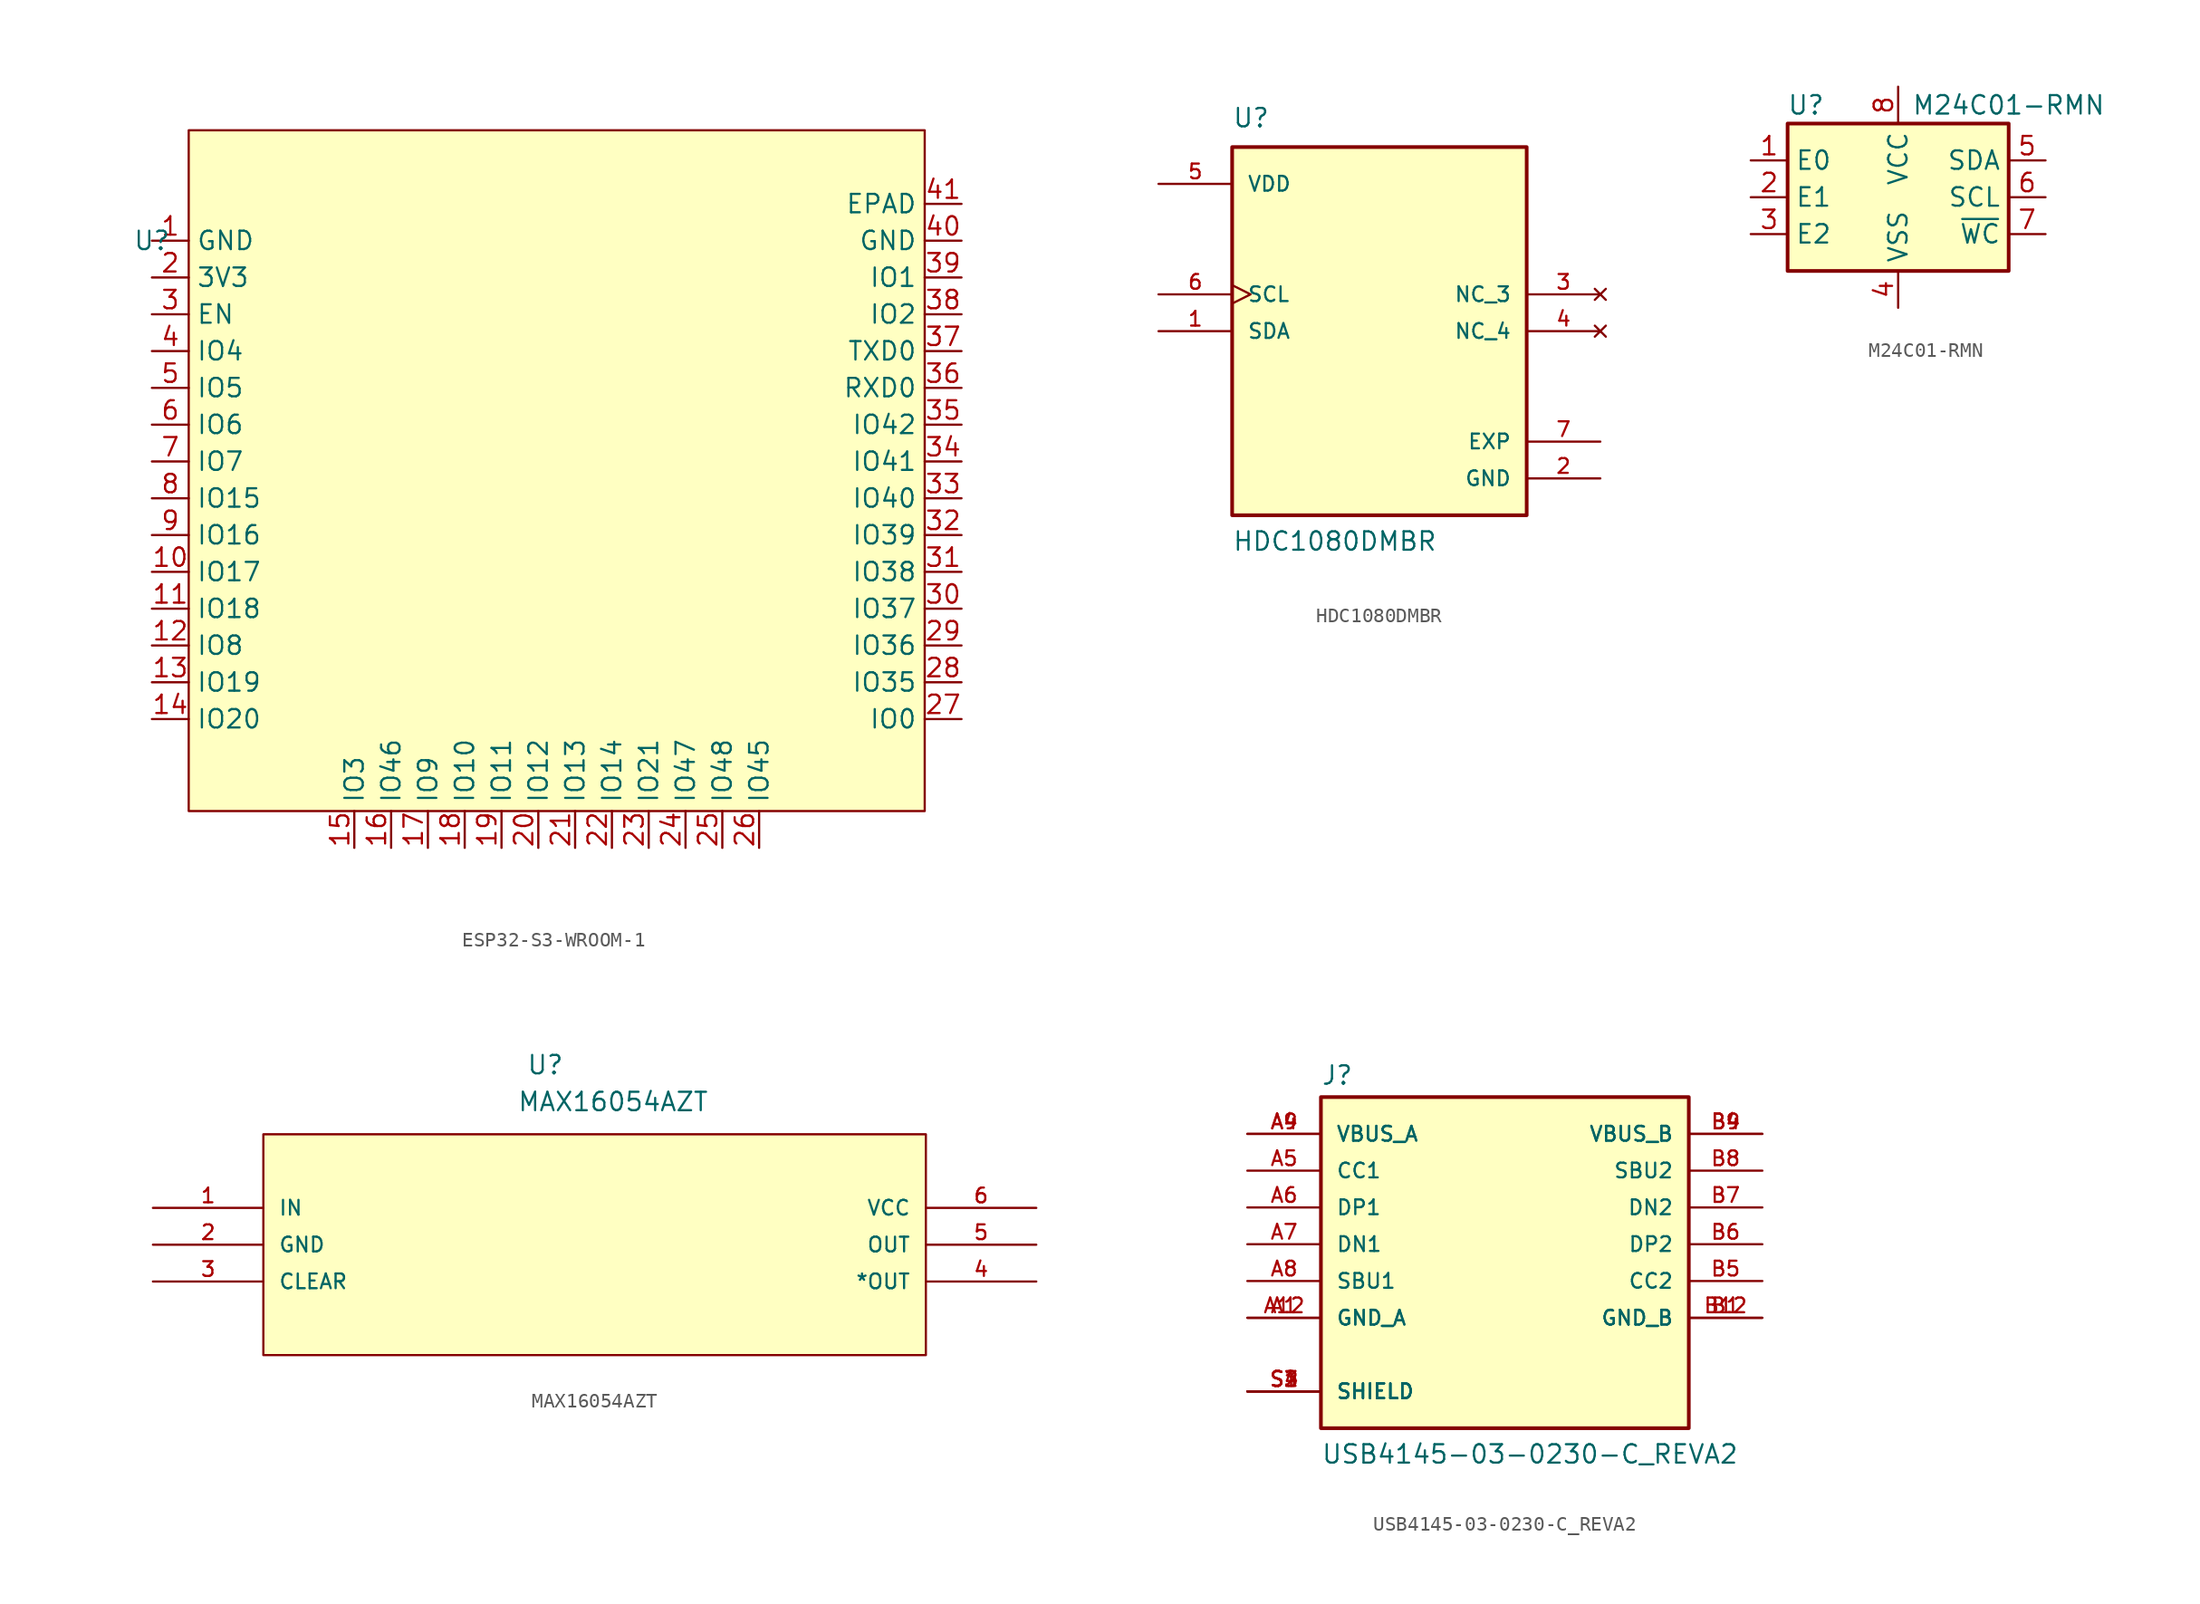
<source format=kicad_sym>
(kicad_symbol_lib
  (version 20220914)
  (generator kicad_symbol_editor)
  (symbol "ESP32-S3-WROOM-1"
    (property "Reference" "U"
      (at -2.54 -7.62 0)
      (effects (font (size 1.27 1.27))))
    (property "Value" ""
      (at -2.54 -7.62 0)
      (effects (font (size 1.27 1.27))))
    (symbol "ESP32-S3-WROOM-1_0_0"
      (pin power_out line (at -2.54 -7.62 0) (length 2.54) (name "GND" (effects (font (size 1.27 1.27)))) (number "1" (effects (font (size 1.27 1.27)))))
      (pin bidirectional line (at -2.54 -30.48 0) (length 2.54) (name "IO17" (effects (font (size 1.27 1.27)))) (number "10" (effects (font (size 1.27 1.27)))))
      (pin bidirectional line (at -2.54 -33.02 0) (length 2.54) (name "IO18" (effects (font (size 1.27 1.27)))) (number "11" (effects (font (size 1.27 1.27)))))
      (pin bidirectional line (at -2.54 -35.56 0) (length 2.54) (name "IO8" (effects (font (size 1.27 1.27)))) (number "12" (effects (font (size 1.27 1.27)))))
      (pin bidirectional line (at -2.54 -38.1 0) (length 2.54) (name "IO19" (effects (font (size 1.27 1.27)))) (number "13" (effects (font (size 1.27 1.27)))))
      (pin bidirectional line (at -2.54 -40.64 0) (length 2.54) (name "IO20" (effects (font (size 1.27 1.27)))) (number "14" (effects (font (size 1.27 1.27)))))
      (pin bidirectional line (at 11.43 -49.53 90) (length 2.54) (name "IO3" (effects (font (size 1.27 1.27)))) (number "15" (effects (font (size 1.27 1.27)))))
      (pin bidirectional line (at 13.97 -49.53 90) (length 2.54) (name "IO46" (effects (font (size 1.27 1.27)))) (number "16" (effects (font (size 1.27 1.27)))))
      (pin bidirectional line (at 16.51 -49.53 90) (length 2.54) (name "IO9" (effects (font (size 1.27 1.27)))) (number "17" (effects (font (size 1.27 1.27)))))
      (pin bidirectional line (at 19.05 -49.53 90) (length 2.54) (name "IO10" (effects (font (size 1.27 1.27)))) (number "18" (effects (font (size 1.27 1.27)))))
      (pin bidirectional line (at 21.59 -49.53 90) (length 2.54) (name "IO11" (effects (font (size 1.27 1.27)))) (number "19" (effects (font (size 1.27 1.27)))))
      (pin power_in line (at -2.54 -10.16 0) (length 2.54) (name "3V3" (effects (font (size 1.27 1.27)))) (number "2" (effects (font (size 1.27 1.27)))))
      (pin bidirectional line (at 24.13 -49.53 90) (length 2.54) (name "IO12" (effects (font (size 1.27 1.27)))) (number "20" (effects (font (size 1.27 1.27)))))
      (pin bidirectional line (at 26.67 -49.53 90) (length 2.54) (name "IO13" (effects (font (size 1.27 1.27)))) (number "21" (effects (font (size 1.27 1.27)))))
      (pin bidirectional line (at 29.21 -49.53 90) (length 2.54) (name "IO14" (effects (font (size 1.27 1.27)))) (number "22" (effects (font (size 1.27 1.27)))))
      (pin bidirectional line (at 31.75 -49.53 90) (length 2.54) (name "IO21" (effects (font (size 1.27 1.27)))) (number "23" (effects (font (size 1.27 1.27)))))
      (pin bidirectional line (at 34.29 -49.53 90) (length 2.54) (name "IO47" (effects (font (size 1.27 1.27)))) (number "24" (effects (font (size 1.27 1.27)))))
      (pin bidirectional line (at 36.83 -49.53 90) (length 2.54) (name "IO48" (effects (font (size 1.27 1.27)))) (number "25" (effects (font (size 1.27 1.27)))))
      (pin bidirectional line (at 39.37 -49.53 90) (length 2.54) (name "IO45" (effects (font (size 1.27 1.27)))) (number "26" (effects (font (size 1.27 1.27)))))
      (pin bidirectional line (at 53.34 -40.64 180) (length 2.54) (name "IO0" (effects (font (size 1.27 1.27)))) (number "27" (effects (font (size 1.27 1.27)))))
      (pin bidirectional line (at 53.34 -38.1 180) (length 2.54) (name "IO35" (effects (font (size 1.27 1.27)))) (number "28" (effects (font (size 1.27 1.27)))))
      (pin bidirectional line (at 53.34 -35.56 180) (length 2.54) (name "IO36" (effects (font (size 1.27 1.27)))) (number "29" (effects (font (size 1.27 1.27)))))
      (pin bidirectional line (at -2.54 -12.7 0) (length 2.54) (name "EN" (effects (font (size 1.27 1.27)))) (number "3" (effects (font (size 1.27 1.27)))))
      (pin bidirectional line (at 53.34 -33.02 180) (length 2.54) (name "IO37" (effects (font (size 1.27 1.27)))) (number "30" (effects (font (size 1.27 1.27)))))
      (pin bidirectional line (at 53.34 -30.48 180) (length 2.54) (name "IO38" (effects (font (size 1.27 1.27)))) (number "31" (effects (font (size 1.27 1.27)))))
      (pin bidirectional line (at 53.34 -27.94 180) (length 2.54) (name "IO39" (effects (font (size 1.27 1.27)))) (number "32" (effects (font (size 1.27 1.27)))))
      (pin bidirectional line (at 53.34 -25.4 180) (length 2.54) (name "IO40" (effects (font (size 1.27 1.27)))) (number "33" (effects (font (size 1.27 1.27)))))
      (pin bidirectional line (at 53.34 -22.86 180) (length 2.54) (name "IO41" (effects (font (size 1.27 1.27)))) (number "34" (effects (font (size 1.27 1.27)))))
      (pin bidirectional line (at 53.34 -20.32 180) (length 2.54) (name "IO42" (effects (font (size 1.27 1.27)))) (number "35" (effects (font (size 1.27 1.27)))))
      (pin bidirectional line (at 53.34 -17.78 180) (length 2.54) (name "RXD0" (effects (font (size 1.27 1.27)))) (number "36" (effects (font (size 1.27 1.27)))))
      (pin bidirectional line (at 53.34 -15.24 180) (length 2.54) (name "TXD0" (effects (font (size 1.27 1.27)))) (number "37" (effects (font (size 1.27 1.27)))))
      (pin bidirectional line (at 53.34 -12.7 180) (length 2.54) (name "IO2" (effects (font (size 1.27 1.27)))) (number "38" (effects (font (size 1.27 1.27)))))
      (pin bidirectional line (at 53.34 -10.16 180) (length 2.54) (name "IO1" (effects (font (size 1.27 1.27)))) (number "39" (effects (font (size 1.27 1.27)))))
      (pin bidirectional line (at -2.54 -15.24 0) (length 2.54) (name "IO4" (effects (font (size 1.27 1.27)))) (number "4" (effects (font (size 1.27 1.27)))))
      (pin power_out line (at 53.34 -7.62 180) (length 2.54) (name "GND" (effects (font (size 1.27 1.27)))) (number "40" (effects (font (size 1.27 1.27)))))
      (pin power_out line (at 53.34 -5.08 180) (length 2.54) (name "EPAD" (effects (font (size 1.27 1.27)))) (number "41" (effects (font (size 1.27 1.27)))))
      (pin bidirectional line (at -2.54 -17.78 0) (length 2.54) (name "IO5" (effects (font (size 1.27 1.27)))) (number "5" (effects (font (size 1.27 1.27)))))
      (pin bidirectional line (at -2.54 -20.32 0) (length 2.54) (name "IO6" (effects (font (size 1.27 1.27)))) (number "6" (effects (font (size 1.27 1.27)))))
      (pin bidirectional line (at -2.54 -22.86 0) (length 2.54) (name "IO7" (effects (font (size 1.27 1.27)))) (number "7" (effects (font (size 1.27 1.27)))))
      (pin bidirectional line (at -2.54 -25.4 0) (length 2.54) (name "IO15" (effects (font (size 1.27 1.27)))) (number "8" (effects (font (size 1.27 1.27)))))
      (pin bidirectional line (at -2.54 -27.94 0) (length 2.54) (name "IO16" (effects (font (size 1.27 1.27)))) (number "9" (effects (font (size 1.27 1.27))))))
    (symbol "ESP32-S3-WROOM-1_0_1"
      (rectangle (start 0 0) (end 50.8 -46.99) (stroke (width 0) (type default)) (fill (type background)))))
  (symbol "HDC1080DMBR"
    (pin_names
      (offset 1.016))
    (property "Reference" "U"
      (at -10.16 13.97 0)
      (effects (font (size 1.27 1.27)) (justify left bottom)))
    (property "Value" "HDC1080DMBR"
      (at -10.16 -15.24 0)
      (effects (font (size 1.27 1.27)) (justify left bottom)))
    (symbol "HDC1080DMBR_0_0"
      (rectangle (start -10.16 -12.7) (end 10.16 12.7) (stroke (width 0.254) (type default)) (fill (type background)))
      (pin bidirectional line (at -15.24 0 0) (length 5.08) (name "SDA" (effects (font (size 1.016 1.016)))) (number "1" (effects (font (size 1.016 1.016)))))
      (pin power_in line (at 15.24 -10.16 180) (length 5.08) (name "GND" (effects (font (size 1.016 1.016)))) (number "2" (effects (font (size 1.016 1.016)))))
      (pin no_connect line (at 15.24 2.54 180) (length 5.08) (name "NC_3" (effects (font (size 1.016 1.016)))) (number "3" (effects (font (size 1.016 1.016)))))
      (pin no_connect line (at 15.24 0 180) (length 5.08) (name "NC_4" (effects (font (size 1.016 1.016)))) (number "4" (effects (font (size 1.016 1.016)))))
      (pin power_in line (at -15.24 10.16 0) (length 5.08) (name "VDD" (effects (font (size 1.016 1.016)))) (number "5" (effects (font (size 1.016 1.016)))))
      (pin input clock (at -15.24 2.54 0) (length 5.08) (name "SCL" (effects (font (size 1.016 1.016)))) (number "6" (effects (font (size 1.016 1.016)))))
      (pin passive line (at 15.24 -7.62 180) (length 5.08) (name "EXP" (effects (font (size 1.016 1.016)))) (number "7" (effects (font (size 1.016 1.016)))))))
  (symbol "M24C01-RMN"
    (property "Reference" "U"
      (at -6.35 6.35 0)
      (effects (font (size 1.27 1.27))))
    (property "Value" "M24C01-RMN"
      (at 7.62 6.35 0)
      (effects (font (size 1.27 1.27))))
    (symbol "M24C01-RMN_0_1"
      (rectangle (start -7.62 5.08) (end 7.62 -5.08) (stroke (width 0.254) (type default)) (fill (type background))))
    (symbol "M24C01-RMN_1_1"
      (pin input line (at -10.16 2.54 0) (length 2.54) (name "E0" (effects (font (size 1.27 1.27)))) (number "1" (effects (font (size 1.27 1.27)))))
      (pin input line (at -10.16 0 0) (length 2.54) (name "E1" (effects (font (size 1.27 1.27)))) (number "2" (effects (font (size 1.27 1.27)))))
      (pin input line (at -10.16 -2.54 0) (length 2.54) (name "E2" (effects (font (size 1.27 1.27)))) (number "3" (effects (font (size 1.27 1.27)))))
      (pin power_in line (at 0 -7.62 90) (length 2.54) (name "VSS" (effects (font (size 1.27 1.27)))) (number "4" (effects (font (size 1.27 1.27)))))
      (pin bidirectional line (at 10.16 2.54 180) (length 2.54) (name "SDA" (effects (font (size 1.27 1.27)))) (number "5" (effects (font (size 1.27 1.27)))))
      (pin input line (at 10.16 0 180) (length 2.54) (name "SCL" (effects (font (size 1.27 1.27)))) (number "6" (effects (font (size 1.27 1.27)))))
      (pin input line (at 10.16 -2.54 180) (length 2.54) (name "~{WC}" (effects (font (size 1.27 1.27)))) (number "7" (effects (font (size 1.27 1.27)))))
      (pin power_in line (at 0 7.62 270) (length 2.54) (name "VCC" (effects (font (size 1.27 1.27)))) (number "8" (effects (font (size 1.27 1.27)))))))
  (symbol "MAX16054AZT"
    (pin_names
      (offset 1.016))
    (property "Reference" "U"
      (at 25.767 9.123 0)
      (effects (font (size 1.27 1.27)) (justify left bottom)))
    (property "Value" "MAX16054AZT"
      (at 25.125 6.58 0)
      (effects (font (size 1.27 1.27)) (justify left bottom)))
    (symbol "MAX16054AZT_0_0"
      (rectangle (start 7.62 -10.16) (end 53.34 5.08) (stroke (width 0.152) (type default)) (fill (type background)))
      (pin input line (at 0 0 0) (length 7.62) (name "IN" (effects (font (size 1.016 1.016)))) (number "1" (effects (font (size 1.016 1.016)))))
      (pin power_in line (at 0 -2.54 0) (length 7.62) (name "GND" (effects (font (size 1.016 1.016)))) (number "2" (effects (font (size 1.016 1.016)))))
      (pin bidirectional line (at 0 -5.08 0) (length 7.62) (name "CLEAR" (effects (font (size 1.016 1.016)))) (number "3" (effects (font (size 1.016 1.016)))))
      (pin output line (at 60.96 -5.08 180) (length 7.62) (name "*OUT" (effects (font (size 1.016 1.016)))) (number "4" (effects (font (size 1.016 1.016)))))
      (pin output line (at 60.96 -2.54 180) (length 7.62) (name "OUT" (effects (font (size 1.016 1.016)))) (number "5" (effects (font (size 1.016 1.016)))))
      (pin power_in line (at 60.96 0 180) (length 7.62) (name "VCC" (effects (font (size 1.016 1.016)))) (number "6" (effects (font (size 1.016 1.016)))))))
  (symbol "USB4145-03-0230-C_REVA2"
    (pin_names
      (offset 1.016))
    (property "Reference" "J"
      (at -12.7 10.922 0)
      (effects (font (size 1.27 1.27)) (justify left bottom)))
    (property "Value" "USB4145-03-0230-C_REVA2"
      (at -12.7 -15.24 0)
      (effects (font (size 1.27 1.27)) (justify left bottom)))
    (symbol "USB4145-03-0230-C_REVA2_0_0"
      (rectangle (start -12.7 -12.7) (end 12.7 10.16) (stroke (width 0.254) (type default)) (fill (type background)))
      (pin power_in line (at -17.78 -5.08 0) (length 5.08) (name "GND_A" (effects (font (size 1.016 1.016)))) (number "A1" (effects (font (size 1.016 1.016)))))
      (pin power_in line (at -17.78 -5.08 0) (length 5.08) (name "GND_A" (effects (font (size 1.016 1.016)))) (number "A12" (effects (font (size 1.016 1.016)))))
      (pin power_in line (at -17.78 7.62 0) (length 5.08) (name "VBUS_A" (effects (font (size 1.016 1.016)))) (number "A4" (effects (font (size 1.016 1.016)))))
      (pin bidirectional line (at -17.78 5.08 0) (length 5.08) (name "CC1" (effects (font (size 1.016 1.016)))) (number "A5" (effects (font (size 1.016 1.016)))))
      (pin bidirectional line (at -17.78 2.54 0) (length 5.08) (name "DP1" (effects (font (size 1.016 1.016)))) (number "A6" (effects (font (size 1.016 1.016)))))
      (pin bidirectional line (at -17.78 0 0) (length 5.08) (name "DN1" (effects (font (size 1.016 1.016)))) (number "A7" (effects (font (size 1.016 1.016)))))
      (pin bidirectional line (at -17.78 -2.54 0) (length 5.08) (name "SBU1" (effects (font (size 1.016 1.016)))) (number "A8" (effects (font (size 1.016 1.016)))))
      (pin power_in line (at -17.78 7.62 0) (length 5.08) (name "VBUS_A" (effects (font (size 1.016 1.016)))) (number "A9" (effects (font (size 1.016 1.016)))))
      (pin power_in line (at 17.78 -5.08 180) (length 5.08) (name "GND_B" (effects (font (size 1.016 1.016)))) (number "B1" (effects (font (size 1.016 1.016)))))
      (pin power_in line (at 17.78 -5.08 180) (length 5.08) (name "GND_B" (effects (font (size 1.016 1.016)))) (number "B12" (effects (font (size 1.016 1.016)))))
      (pin power_in line (at 17.78 7.62 180) (length 5.08) (name "VBUS_B" (effects (font (size 1.016 1.016)))) (number "B4" (effects (font (size 1.016 1.016)))))
      (pin bidirectional line (at 17.78 -2.54 180) (length 5.08) (name "CC2" (effects (font (size 1.016 1.016)))) (number "B5" (effects (font (size 1.016 1.016)))))
      (pin bidirectional line (at 17.78 0 180) (length 5.08) (name "DP2" (effects (font (size 1.016 1.016)))) (number "B6" (effects (font (size 1.016 1.016)))))
      (pin bidirectional line (at 17.78 2.54 180) (length 5.08) (name "DN2" (effects (font (size 1.016 1.016)))) (number "B7" (effects (font (size 1.016 1.016)))))
      (pin bidirectional line (at 17.78 5.08 180) (length 5.08) (name "SBU2" (effects (font (size 1.016 1.016)))) (number "B8" (effects (font (size 1.016 1.016)))))
      (pin power_in line (at 17.78 7.62 180) (length 5.08) (name "VBUS_B" (effects (font (size 1.016 1.016)))) (number "B9" (effects (font (size 1.016 1.016)))))
      (pin passive line (at -17.78 -10.16 0) (length 5.08) (name "SHIELD" (effects (font (size 1.016 1.016)))) (number "S1" (effects (font (size 1.016 1.016)))))
      (pin passive line (at -17.78 -10.16 0) (length 5.08) (name "SHIELD" (effects (font (size 1.016 1.016)))) (number "S2" (effects (font (size 1.016 1.016)))))
      (pin passive line (at -17.78 -10.16 0) (length 5.08) (name "SHIELD" (effects (font (size 1.016 1.016)))) (number "S3" (effects (font (size 1.016 1.016)))))
      (pin passive line (at -17.78 -10.16 0) (length 5.08) (name "SHIELD" (effects (font (size 1.016 1.016)))) (number "S4" (effects (font (size 1.016 1.016))))))))
</source>
